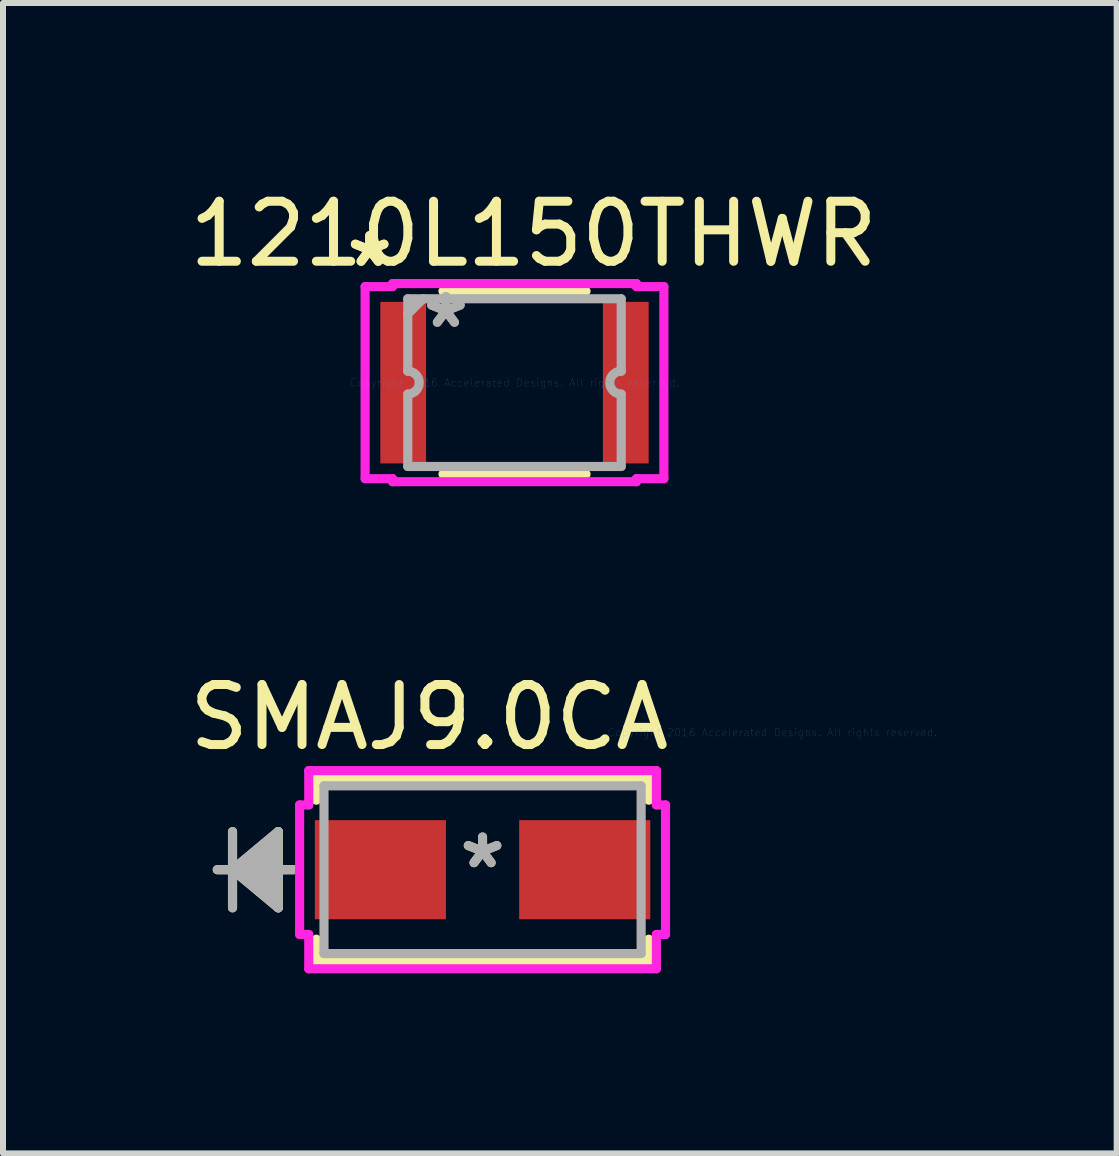
<source format=kicad_pcb>
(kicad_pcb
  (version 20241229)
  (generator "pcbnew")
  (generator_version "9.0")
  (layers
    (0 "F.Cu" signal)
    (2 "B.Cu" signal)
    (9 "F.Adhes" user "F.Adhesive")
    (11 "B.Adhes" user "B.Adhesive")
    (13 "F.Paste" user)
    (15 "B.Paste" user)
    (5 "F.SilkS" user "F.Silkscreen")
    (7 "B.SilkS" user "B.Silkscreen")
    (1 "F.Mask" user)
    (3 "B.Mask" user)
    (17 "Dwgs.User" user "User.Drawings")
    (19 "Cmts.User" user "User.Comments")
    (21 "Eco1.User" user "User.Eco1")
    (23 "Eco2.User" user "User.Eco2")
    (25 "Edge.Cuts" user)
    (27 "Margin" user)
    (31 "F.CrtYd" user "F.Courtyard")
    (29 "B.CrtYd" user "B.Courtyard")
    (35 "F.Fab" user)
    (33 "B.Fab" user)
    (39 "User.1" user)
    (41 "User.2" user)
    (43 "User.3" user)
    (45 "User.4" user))
  (footprint "SMAJ9.0CA"
    (layer "F.Cu")
    (at 4.99 11.44)
    (property "Reference" "SMAJ9.0CA" (at -0.889 -2.54 0) (layer "F.SilkS") (effects (font (size 1 1) (thickness 0.15))))
    (attr through_hole)
    (fp_line (start -4.166 -0.635) (end -4.166 0.635) (stroke (width 0.152) (type solid)) (layer "F.SilkS"))
    (fp_line (start -4.166 0) (end -3.404 -0.635) (stroke (width 0.152) (type solid)) (layer "F.SilkS"))
    (fp_line (start -4.166 0) (end -3.404 -0.508) (stroke (width 0.152) (type solid)) (layer "F.SilkS"))
    (fp_line (start -4.166 0) (end -3.404 -0.381) (stroke (width 0.152) (type solid)) (layer "F.SilkS"))
    (fp_line (start -4.166 0) (end -3.404 -0.254) (stroke (width 0.152) (type solid)) (layer "F.SilkS"))
    (fp_line (start -4.166 0) (end -3.404 -0.127) (stroke (width 0.152) (type solid)) (layer "F.SilkS"))
    (fp_line (start -4.166 0) (end -3.404 0.127) (stroke (width 0.152) (type solid)) (layer "F.SilkS"))
    (fp_line (start -4.166 0) (end -3.404 0.254) (stroke (width 0.152) (type solid)) (layer "F.SilkS"))
    (fp_line (start -4.166 0) (end -3.404 0.381) (stroke (width 0.152) (type solid)) (layer "F.SilkS"))
    (fp_line (start -4.166 0) (end -3.404 0.508) (stroke (width 0.152) (type solid)) (layer "F.SilkS"))
    (fp_line (start -4.166 0) (end -3.404 0.635) (stroke (width 0.152) (type solid)) (layer "F.SilkS"))
    (fp_line (start -3.404 -0.635) (end -3.404 0.635) (stroke (width 0.152) (type solid)) (layer "F.SilkS"))
    (fp_line (start -3.15 0) (end -4.42 0) (stroke (width 0.152) (type solid)) (layer "F.SilkS"))
    (fp_line (start -2.769 -1.524) (end -2.769 -1.158) (stroke (width 0.152) (type solid)) (layer "F.SilkS"))
    (fp_line (start -2.769 1.158) (end -2.769 1.524) (stroke (width 0.152) (type solid)) (layer "F.SilkS"))
    (fp_line (start -2.769 1.524) (end 2.769 1.524) (stroke (width 0.152) (type solid)) (layer "F.SilkS"))
    (fp_line (start 2.769 -1.524) (end -2.769 -1.524) (stroke (width 0.152) (type solid)) (layer "F.SilkS"))
    (fp_line (start 2.769 -1.158) (end 2.769 -1.524) (stroke (width 0.152) (type solid)) (layer "F.SilkS"))
    (fp_line (start 2.769 1.524) (end 2.769 1.158) (stroke (width 0.152) (type solid)) (layer "F.SilkS"))
    (fp_line (start -3.048 -1.079) (end -2.896 -1.079) (stroke (width 0.152) (type solid)) (layer "F.CrtYd"))
    (fp_line (start -3.048 1.079) (end -3.048 -1.079) (stroke (width 0.152) (type solid)) (layer "F.CrtYd"))
    (fp_line (start -2.896 -1.651) (end 2.896 -1.651) (stroke (width 0.152) (type solid)) (layer "F.CrtYd"))
    (fp_line (start -2.896 -1.079) (end -2.896 -1.651) (stroke (width 0.152) (type solid)) (layer "F.CrtYd"))
    (fp_line (start -2.896 1.079) (end -3.048 1.079) (stroke (width 0.152) (type solid)) (layer "F.CrtYd"))
    (fp_line (start -2.896 1.651) (end -2.896 1.079) (stroke (width 0.152) (type solid)) (layer "F.CrtYd"))
    (fp_line (start 2.896 -1.651) (end 2.896 -1.079) (stroke (width 0.152) (type solid)) (layer "F.CrtYd"))
    (fp_line (start 2.896 -1.079) (end 3.048 -1.079) (stroke (width 0.152) (type solid)) (layer "F.CrtYd"))
    (fp_line (start 2.896 1.079) (end 2.896 1.651) (stroke (width 0.152) (type solid)) (layer "F.CrtYd"))
    (fp_line (start 2.896 1.651) (end -2.896 1.651) (stroke (width 0.152) (type solid)) (layer "F.CrtYd"))
    (fp_line (start 3.048 -1.079) (end 3.048 1.079) (stroke (width 0.152) (type solid)) (layer "F.CrtYd"))
    (fp_line (start 3.048 1.079) (end 2.896 1.079) (stroke (width 0.152) (type solid)) (layer "F.CrtYd"))
    (fp_line (start -4.166 -0.635) (end -4.166 0.635) (stroke (width 0.152) (type solid)) (layer "F.Fab"))
    (fp_line (start -4.166 0) (end -3.404 -0.635) (stroke (width 0.152) (type solid)) (layer "F.Fab"))
    (fp_line (start -4.166 0) (end -3.404 -0.508) (stroke (width 0.152) (type solid)) (layer "F.Fab"))
    (fp_line (start -4.166 0) (end -3.404 -0.381) (stroke (width 0.152) (type solid)) (layer "F.Fab"))
    (fp_line (start -4.166 0) (end -3.404 -0.254) (stroke (width 0.152) (type solid)) (layer "F.Fab"))
    (fp_line (start -4.166 0) (end -3.404 -0.127) (stroke (width 0.152) (type solid)) (layer "F.Fab"))
    (fp_line (start -4.166 0) (end -3.404 0.127) (stroke (width 0.152) (type solid)) (layer "F.Fab"))
    (fp_line (start -4.166 0) (end -3.404 0.254) (stroke (width 0.152) (type solid)) (layer "F.Fab"))
    (fp_line (start -4.166 0) (end -3.404 0.381) (stroke (width 0.152) (type solid)) (layer "F.Fab"))
    (fp_line (start -4.166 0) (end -3.404 0.508) (stroke (width 0.152) (type solid)) (layer "F.Fab"))
    (fp_line (start -4.166 0) (end -3.404 0.635) (stroke (width 0.152) (type solid)) (layer "F.Fab"))
    (fp_line (start -3.404 -0.635) (end -3.404 0.635) (stroke (width 0.152) (type solid)) (layer "F.Fab"))
    (fp_line (start -3.15 0) (end -4.42 0) (stroke (width 0.152) (type solid)) (layer "F.Fab"))
    (fp_line (start -2.642 -1.397) (end -2.642 1.397) (stroke (width 0.152) (type solid)) (layer "F.Fab"))
    (fp_line (start -2.642 1.397) (end 2.642 1.397) (stroke (width 0.152) (type solid)) (layer "F.Fab"))
    (fp_line (start 2.642 -1.397) (end -2.642 -1.397) (stroke (width 0.152) (type solid)) (layer "F.Fab"))
    (fp_line (start 2.642 1.397) (end 2.642 -1.397) (stroke (width 0.152) (type solid)) (layer "F.Fab"))
    (fp_text user "*" (at 0 0 0) (layer "F.SilkS") (effects (font (size 1 1) (thickness 0.15))))
    (fp_text user "Copyright 2016 Accelerated Designs. All rights reserved." (at 4.826 -2.286 0) (layer "Cmts.User") (effects (font (size 0.127 0.127) (thickness 0.002))))
    (fp_text user "*" (at 0 0 0) (layer "F.Fab") (effects (font (size 1 1) (thickness 0.15))))
    (pad "1" smd rect (at -1.702 0 90) (size 1.651 2.184) (layers "F.Cu" "F.Mask" "F.Paste"))
    (pad "2" smd rect (at 1.702 0 90) (size 1.651 2.184) (layers "F.Cu" "F.Mask" "F.Paste")))
  (footprint "1210L150THWR"
    (layer "F.Cu")
    (at 5.522 3.325)
    (property "Reference" "1210L150THWR" (at 0.318 -2.477 0) (layer "F.SilkS") (effects (font (size 1 1) (thickness 0.15))))
    (attr through_hole)
    (fp_line (start -1.192 -1.524) (end 1.192 -1.524) (stroke (width 0.152) (type solid)) (layer "F.SilkS"))
    (fp_line (start -1.192 1.524) (end 1.192 1.524) (stroke (width 0.152) (type solid)) (layer "F.SilkS"))
    (fp_line (start -2.489 -1.6) (end -2.032 -1.6) (stroke (width 0.152) (type solid)) (layer "F.CrtYd"))
    (fp_line (start -2.489 1.6) (end -2.489 -1.6) (stroke (width 0.152) (type solid)) (layer "F.CrtYd"))
    (fp_line (start -2.032 -1.651) (end 2.032 -1.651) (stroke (width 0.152) (type solid)) (layer "F.CrtYd"))
    (fp_line (start -2.032 -1.6) (end -2.032 -1.651) (stroke (width 0.152) (type solid)) (layer "F.CrtYd"))
    (fp_line (start -2.032 1.6) (end -2.489 1.6) (stroke (width 0.152) (type solid)) (layer "F.CrtYd"))
    (fp_line (start -2.032 1.651) (end -2.032 1.6) (stroke (width 0.152) (type solid)) (layer "F.CrtYd"))
    (fp_line (start 2.032 -1.651) (end 2.032 -1.6) (stroke (width 0.152) (type solid)) (layer "F.CrtYd"))
    (fp_line (start 2.032 -1.6) (end 2.489 -1.6) (stroke (width 0.152) (type solid)) (layer "F.CrtYd"))
    (fp_line (start 2.032 1.6) (end 2.032 1.651) (stroke (width 0.152) (type solid)) (layer "F.CrtYd"))
    (fp_line (start 2.032 1.651) (end -2.032 1.651) (stroke (width 0.152) (type solid)) (layer "F.CrtYd"))
    (fp_line (start 2.489 -1.6) (end 2.489 1.6) (stroke (width 0.152) (type solid)) (layer "F.CrtYd"))
    (fp_line (start 2.489 1.6) (end 2.032 1.6) (stroke (width 0.152) (type solid)) (layer "F.CrtYd"))
    (fp_line (start -1.778 -1.397) (end 1.778 -1.397) (stroke (width 0.152) (type solid)) (layer "F.Fab"))
    (fp_line (start -1.778 -0.191) (end -1.778 -1.397) (stroke (width 0.152) (type solid)) (layer "F.Fab"))
    (fp_line (start -1.778 0.191) (end -1.778 1.397) (stroke (width 0.152) (type solid)) (layer "F.Fab"))
    (fp_line (start -1.778 1.397) (end 1.778 1.397) (stroke (width 0.152) (type solid)) (layer "F.Fab"))
    (fp_line (start -1.524 -1.397) (end -1.778 -1.143) (stroke (width 0.152) (type solid)) (layer "F.Fab"))
    (fp_line (start 1.778 -0.191) (end 1.778 -1.397) (stroke (width 0.152) (type solid)) (layer "F.Fab"))
    (fp_line (start 1.778 0.191) (end 1.778 1.397) (stroke (width 0.152) (type solid)) (layer "F.Fab"))
    (fp_arc (start -1.778 -0.1905) (mid -1.5875 0) (end -1.778 0.1905) (stroke (width 0.1524) (type solid)) (layer "F.Fab"))
    (fp_arc (start 1.778 0.1905) (mid 1.5875 0) (end 1.778 -0.1905) (stroke (width 0.1524) (type solid)) (layer "F.Fab"))
    (fp_text user "*" (at -2.413 -1.905 0) (layer "F.SilkS") (effects (font (size 1 1) (thickness 0.15))))
    (fp_text user "*" (at -2.413 -1.905 0) (layer "F.SilkS") (effects (font (size 1 1) (thickness 0.15))))
    (fp_text user "Copyright 2016 Accelerated Designs. All rights reserved." (at 0 0 0) (layer "Cmts.User") (effects (font (size 0.127 0.127) (thickness 0.002))))
    (fp_text user "*" (at -1.143 -0.889 0) (layer "F.Fab") (effects (font (size 1 1) (thickness 0.15))))
    (fp_text user "*" (at -1.143 -0.889 0) (layer "F.Fab") (effects (font (size 1 1) (thickness 0.15))))
    (pad "1" smd rect (at -1.854 0) (size 0.762 2.692) (layers "F.Cu" "F.Mask" "F.Paste"))
    (pad "2" smd rect (at 1.854 0) (size 0.762 2.692) (layers "F.Cu" "F.Mask" "F.Paste")))
  (gr_rect
    (start -3 -3)
    (end 15.555 16.167)
    (stroke (width 0.1) (type default))
    (fill no)
    (layer "Edge.Cuts")))
</source>
